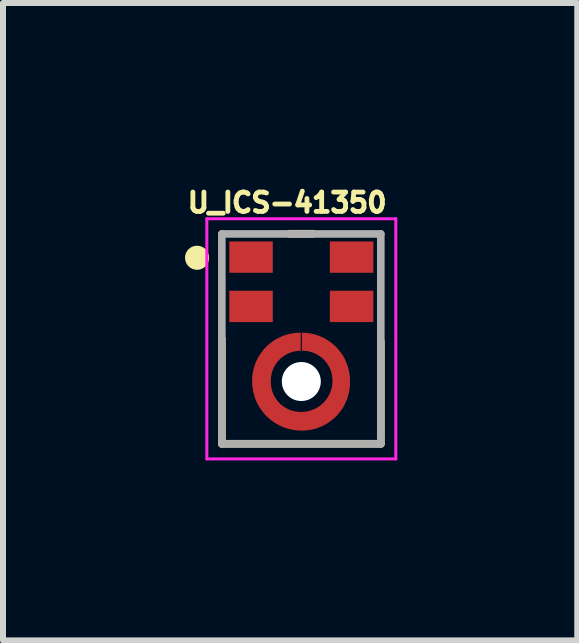
<source format=kicad_pcb>
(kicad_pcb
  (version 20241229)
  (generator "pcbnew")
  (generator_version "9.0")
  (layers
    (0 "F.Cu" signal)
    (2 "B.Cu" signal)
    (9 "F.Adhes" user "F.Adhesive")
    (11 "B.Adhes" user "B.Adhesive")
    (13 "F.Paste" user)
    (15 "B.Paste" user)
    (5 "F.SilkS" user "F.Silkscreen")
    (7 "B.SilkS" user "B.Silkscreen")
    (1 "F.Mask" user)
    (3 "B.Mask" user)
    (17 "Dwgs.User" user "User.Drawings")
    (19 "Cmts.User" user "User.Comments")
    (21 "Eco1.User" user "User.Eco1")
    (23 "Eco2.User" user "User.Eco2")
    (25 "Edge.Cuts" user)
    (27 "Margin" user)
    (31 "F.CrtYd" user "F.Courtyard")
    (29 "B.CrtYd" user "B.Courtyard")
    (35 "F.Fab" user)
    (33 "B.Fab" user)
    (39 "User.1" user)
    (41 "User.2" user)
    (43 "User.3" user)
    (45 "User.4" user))
  (footprint "U_ICS-41350"
    (layer "F.Cu")
    (at 1.973 2.597)
    (property "Reference" "U_ICS-41350" (at -0.236 -2.268 0) (layer "F.SilkS") (effects (font (size 0.322 0.322) (thickness 0.15))))
    (attr smd)
    (fp_circle (center 0 0.713) (end 0.662 0.713) (stroke (width 0.5) (type solid)) (fill no) (layer "F.Mask"))
    (fp_line (start -1.325 1.75) (end -1.325 0) (stroke (width 0.127) (type solid)) (layer "F.SilkS"))
    (fp_line (start -1.325 1.75) (end 1.325 1.75) (stroke (width 0.127) (type solid)) (layer "F.SilkS"))
    (fp_line (start 0.2 -1.75) (end -0.2 -1.75) (stroke (width 0.127) (type solid)) (layer "F.SilkS"))
    (fp_line (start 1.325 1.75) (end 1.325 0.05) (stroke (width 0.127) (type solid)) (layer "F.SilkS"))
    (fp_circle (center -1.738 -1.35) (end -1.637 -1.35) (stroke (width 0.2) (type solid)) (fill no) (layer "F.SilkS"))
    (fp_poly (pts (xy -0.525 -1.572) (xy -0.525 -1.15) (xy -1.15 -1.15) (xy -1.15 -1.572)) (stroke (width 0.001) (type solid)) (fill yes) (layer "F.Paste"))
    (fp_poly (pts (xy -0.525 -0.75) (xy -0.525 -0.328) (xy -1.15 -0.328) (xy -1.15 -0.75)) (stroke (width 0.001) (type solid)) (fill yes) (layer "F.Paste"))
    (fp_poly (pts (xy 1.15 -1.572) (xy 1.15 -1.15) (xy 0.525 -1.15) (xy 0.525 -1.572)) (stroke (width 0.001) (type solid)) (fill yes) (layer "F.Paste"))
    (fp_poly (pts (xy 1.15 -0.75) (xy 1.15 -0.328) (xy 0.525 -0.328) (xy 0.525 -0.75)) (stroke (width 0.001) (type solid)) (fill yes) (layer "F.Paste"))
    (fp_poly (pts (xy -0.56 0.663) (xy -0.557 0.64) (xy -0.553 0.614) (xy -0.548 0.588) (xy -0.541 0.562) (xy -0.534 0.537) (xy -0.525 0.513) (xy -0.515 0.488) (xy -0.504 0.465) (xy -0.492 0.441) (xy -0.478 0.419) (xy -0.464 0.397) (xy -0.449 0.375) (xy -0.432 0.355) (xy -0.415 0.335) (xy -0.397 0.316) (xy -0.378 0.298) (xy -0.358 0.281) (xy -0.338 0.264) (xy -0.316 0.249) (xy -0.294 0.235) (xy -0.272 0.221) (xy -0.248 0.209) (xy -0.225 0.198) (xy -0.2 0.188) (xy -0.176 0.179) (xy -0.151 0.172) (xy -0.125 0.165) (xy -0.099 0.16) (xy -0.073 0.156) (xy -0.05 0.153) (xy -0.05 -0.097) (xy -0.089 -0.094) (xy -0.127 -0.089) (xy -0.166 -0.082) (xy -0.204 -0.074) (xy -0.242 -0.063) (xy -0.28 -0.051) (xy -0.316 -0.036) (xy -0.352 -0.02) (xy -0.387 -0.003) (xy -0.421 0.017) (xy -0.454 0.038) (xy -0.487 0.06) (xy -0.518 0.085) (xy -0.547 0.11) (xy -0.576 0.137) (xy -0.603 0.166) (xy -0.628 0.195) (xy -0.653 0.226) (xy -0.675 0.259) (xy -0.696 0.292) (xy -0.716 0.326) (xy -0.733 0.361) (xy -0.749 0.397) (xy -0.764 0.433) (xy -0.776 0.471) (xy -0.787 0.509) (xy -0.795 0.547) (xy -0.802 0.586) (xy -0.807 0.624) (xy -0.81 0.663) (xy -0.56 0.663)) (stroke (width 0.001) (type solid)) (fill yes) (layer "F.Paste"))
    (fp_poly (pts (xy -0.05 1.273) (xy -0.073 1.27) (xy -0.099 1.266) (xy -0.125 1.261) (xy -0.151 1.254) (xy -0.176 1.247) (xy -0.2 1.238) (xy -0.225 1.228) (xy -0.248 1.217) (xy -0.272 1.205) (xy -0.294 1.191) (xy -0.316 1.177) (xy -0.338 1.162) (xy -0.358 1.145) (xy -0.378 1.128) (xy -0.397 1.11) (xy -0.415 1.091) (xy -0.432 1.071) (xy -0.449 1.051) (xy -0.464 1.029) (xy -0.478 1.007) (xy -0.492 0.985) (xy -0.504 0.961) (xy -0.515 0.938) (xy -0.525 0.913) (xy -0.534 0.889) (xy -0.541 0.864) (xy -0.548 0.838) (xy -0.553 0.812) (xy -0.557 0.786) (xy -0.56 0.763) (xy -0.81 0.763) (xy -0.807 0.802) (xy -0.802 0.84) (xy -0.795 0.879) (xy -0.787 0.917) (xy -0.776 0.955) (xy -0.764 0.993) (xy -0.749 1.029) (xy -0.733 1.065) (xy -0.716 1.1) (xy -0.696 1.134) (xy -0.675 1.167) (xy -0.653 1.2) (xy -0.628 1.231) (xy -0.603 1.26) (xy -0.576 1.289) (xy -0.547 1.316) (xy -0.518 1.341) (xy -0.487 1.366) (xy -0.454 1.388) (xy -0.421 1.409) (xy -0.387 1.429) (xy -0.352 1.446) (xy -0.316 1.462) (xy -0.28 1.477) (xy -0.242 1.489) (xy -0.204 1.5) (xy -0.166 1.508) (xy -0.127 1.515) (xy -0.089 1.52) (xy -0.05 1.523) (xy -0.05 1.273)) (stroke (width 0.001) (type solid)) (fill yes) (layer "F.Paste"))
    (fp_poly (pts (xy 0.05 0.153) (xy 0.073 0.156) (xy 0.099 0.16) (xy 0.125 0.165) (xy 0.151 0.172) (xy 0.176 0.179) (xy 0.2 0.188) (xy 0.225 0.198) (xy 0.248 0.209) (xy 0.272 0.221) (xy 0.294 0.235) (xy 0.316 0.249) (xy 0.338 0.264) (xy 0.358 0.281) (xy 0.378 0.298) (xy 0.397 0.316) (xy 0.415 0.335) (xy 0.432 0.355) (xy 0.449 0.375) (xy 0.464 0.397) (xy 0.478 0.419) (xy 0.492 0.441) (xy 0.504 0.465) (xy 0.515 0.488) (xy 0.525 0.513) (xy 0.534 0.537) (xy 0.541 0.562) (xy 0.548 0.588) (xy 0.553 0.614) (xy 0.557 0.64) (xy 0.56 0.663) (xy 0.81 0.663) (xy 0.807 0.624) (xy 0.802 0.586) (xy 0.795 0.547) (xy 0.787 0.509) (xy 0.776 0.471) (xy 0.764 0.433) (xy 0.749 0.397) (xy 0.733 0.361) (xy 0.716 0.326) (xy 0.696 0.292) (xy 0.675 0.259) (xy 0.653 0.226) (xy 0.628 0.195) (xy 0.603 0.166) (xy 0.576 0.137) (xy 0.547 0.11) (xy 0.518 0.085) (xy 0.487 0.06) (xy 0.454 0.038) (xy 0.421 0.017) (xy 0.387 -0.003) (xy 0.352 -0.02) (xy 0.316 -0.036) (xy 0.28 -0.051) (xy 0.242 -0.063) (xy 0.204 -0.074) (xy 0.166 -0.082) (xy 0.127 -0.089) (xy 0.089 -0.094) (xy 0.05 -0.097) (xy 0.05 0.153)) (stroke (width 0.001) (type solid)) (fill yes) (layer "F.Paste"))
    (fp_poly (pts (xy 0.56 0.763) (xy 0.557 0.786) (xy 0.553 0.812) (xy 0.548 0.838) (xy 0.541 0.864) (xy 0.534 0.889) (xy 0.525 0.913) (xy 0.515 0.938) (xy 0.504 0.961) (xy 0.492 0.985) (xy 0.478 1.007) (xy 0.464 1.029) (xy 0.449 1.051) (xy 0.432 1.071) (xy 0.415 1.091) (xy 0.397 1.11) (xy 0.378 1.128) (xy 0.358 1.145) (xy 0.338 1.162) (xy 0.316 1.177) (xy 0.294 1.191) (xy 0.272 1.205) (xy 0.248 1.217) (xy 0.225 1.228) (xy 0.2 1.238) (xy 0.176 1.247) (xy 0.151 1.254) (xy 0.125 1.261) (xy 0.099 1.266) (xy 0.073 1.27) (xy 0.05 1.273) (xy 0.05 1.523) (xy 0.089 1.52) (xy 0.127 1.515) (xy 0.166 1.508) (xy 0.204 1.5) (xy 0.242 1.489) (xy 0.28 1.477) (xy 0.316 1.462) (xy 0.352 1.446) (xy 0.387 1.429) (xy 0.421 1.409) (xy 0.454 1.388) (xy 0.487 1.366) (xy 0.518 1.341) (xy 0.547 1.316) (xy 0.576 1.289) (xy 0.603 1.26) (xy 0.628 1.231) (xy 0.653 1.2) (xy 0.675 1.167) (xy 0.696 1.134) (xy 0.716 1.1) (xy 0.733 1.065) (xy 0.749 1.029) (xy 0.764 0.993) (xy 0.776 0.955) (xy 0.787 0.917) (xy 0.795 0.879) (xy 0.802 0.84) (xy 0.807 0.802) (xy 0.81 0.763) (xy 0.56 0.763)) (stroke (width 0.001) (type solid)) (fill yes) (layer "F.Paste"))
    (fp_line (start -1.575 -2) (end 1.575 -2) (stroke (width 0.05) (type solid)) (layer "F.CrtYd"))
    (fp_line (start -1.575 2.003) (end -1.575 -2) (stroke (width 0.05) (type solid)) (layer "F.CrtYd"))
    (fp_line (start 1.575 -2) (end 1.575 2.003) (stroke (width 0.05) (type solid)) (layer "F.CrtYd"))
    (fp_line (start 1.575 2.003) (end -1.575 2.003) (stroke (width 0.05) (type solid)) (layer "F.CrtYd"))
    (fp_line (start -1.325 -1.747) (end 1.325 -1.747) (stroke (width 0.127) (type solid)) (layer "F.Fab"))
    (fp_line (start -1.325 1.753) (end -1.325 -1.747) (stroke (width 0.127) (type solid)) (layer "F.Fab"))
    (fp_line (start 1.325 -1.747) (end 1.325 1.753) (stroke (width 0.127) (type solid)) (layer "F.Fab"))
    (fp_line (start 1.325 1.753) (end -1.325 1.753) (stroke (width 0.127) (type solid)) (layer "F.Fab"))
    (pad "" np_thru_hole circle (at 0 0.713) (size 0.65 0.65) (drill 0.65) (layers "*.Cu" "*.Mask"))
    (pad "1" smd rect (at -0.838 -1.361) (size 0.725 0.522) (layers "F.Cu" "F.Mask"))
    (pad "2" smd rect (at -0.838 -0.539) (size 0.725 0.522) (layers "F.Cu" "F.Mask"))
    (pad "3" smd custom (at -0.015 1.383) (size 0.2 0.2) (layers "F.Cu") (options (anchor rect)) (primitives (gr_poly (pts (xy 0.005 -1.183) (xy 0.005 -1.483) (xy -0.004 -1.483) (xy -0.046 -1.482) (xy -0.088 -1.479) (xy -0.13 -1.473) (xy -0.171 -1.466) (xy -0.211 -1.456) (xy -0.252 -1.444) (xy -0.291 -1.43) (xy -0.33 -1.414) (xy -0.367 -1.396) (xy -0.405 -1.376) (xy -0.441 -1.354) (xy -0.474 -1.33) (xy -0.507 -1.305) (xy -0.539 -1.278) (xy -0.571 -1.249) (xy -0.6 -1.218) (xy -0.626 -1.186) (xy -0.651 -1.153) (xy -0.675 -1.119) (xy -0.698 -1.083) (xy -0.718 -1.046) (xy -0.736 -1.008) (xy -0.751 -0.97) (xy -0.765 -0.93) (xy -0.777 -0.89) (xy -0.787 -0.849) (xy -0.794 -0.808) (xy -0.8 -0.767) (xy -0.803 -0.725) (xy -0.804 -0.683) (xy -0.804 -0.673) (xy -0.803 -0.63) (xy -0.8 -0.587) (xy -0.794 -0.545) (xy -0.786 -0.503) (xy -0.776 -0.461) (xy -0.764 -0.42) (xy -0.75 -0.379) (xy -0.734 -0.339) (xy -0.716 -0.301) (xy -0.695 -0.263) (xy -0.672 -0.226) (xy -0.647 -0.191) (xy -0.622 -0.157) (xy -0.594 -0.124) (xy -0.565 -0.093) (xy -0.533 -0.064) (xy -0.5 -0.036) (xy -0.467 -0.01) (xy -0.431 0.015) (xy -0.395 0.037) (xy -0.356 0.058) (xy -0.319 0.076) (xy -0.279 0.093) (xy -0.237 0.107) (xy -0.197 0.119) (xy -0.154 0.129) (xy -0.113 0.137) (xy -0.07 0.143) (xy -0.028 0.146) (xy 0.015 0.147) (xy 0.025 0.147) (xy 0.068 0.146) (xy 0.11 0.143) (xy 0.15 0.137) (xy 0.192 0.13) (xy 0.233 0.12) (xy 0.273 0.108) (xy 0.312 0.094) (xy 0.35 0.078) (xy 0.389 0.06) (xy 0.425 0.04) (xy 0.462 0.018) (xy 0.495 -0.006) (xy 0.528 -0.031) (xy 0.56 -0.058) (xy 0.592 -0.087) (xy 0.621 -0.118) (xy 0.647 -0.15) (xy 0.672 -0.183) (xy 0.697 -0.217) (xy 0.719 -0.253) (xy 0.739 -0.29) (xy 0.756 -0.328) (xy 0.772 -0.366) (xy 0.786 -0.406) (xy 0.798 -0.446) (xy 0.808 -0.487) (xy 0.816 -0.528) (xy 0.822 -0.569) (xy 0.825 -0.611) (xy 0.826 -0.653) (xy 0.826 -0.683) (xy 0.825 -0.725) (xy 0.822 -0.767) (xy 0.816 -0.808) (xy 0.808 -0.849) (xy 0.798 -0.89) (xy 0.786 -0.93) (xy 0.772 -0.97) (xy 0.756 -1.008) (xy 0.739 -1.046) (xy 0.719 -1.083) (xy 0.697 -1.119) (xy 0.672 -1.153) (xy 0.647 -1.186) (xy 0.621 -1.218) (xy 0.592 -1.249) (xy 0.56 -1.278) (xy 0.528 -1.305) (xy 0.495 -1.33) (xy 0.462 -1.354) (xy 0.425 -1.376) (xy 0.389 -1.396) (xy 0.35 -1.414) (xy 0.312 -1.43) (xy 0.273 -1.444) (xy 0.233 -1.456) (xy 0.192 -1.466) (xy 0.15 -1.473) (xy 0.11 -1.479) (xy 0.068 -1.482) (xy 0.025 -1.483) (xy 0.025 -1.183) (xy 0.035 -1.183) (xy 0.061 -1.182) (xy 0.087 -1.18) (xy 0.114 -1.177) (xy 0.14 -1.172) (xy 0.165 -1.166) (xy 0.191 -1.159) (xy 0.214 -1.15) (xy 0.238 -1.14) (xy 0.263 -1.129) (xy 0.285 -1.116) (xy 0.307 -1.102) (xy 0.33 -1.088) (xy 0.35 -1.072) (xy 0.37 -1.055) (xy 0.39 -1.037) (xy 0.407 -1.018) (xy 0.424 -0.998) (xy 0.441 -0.977) (xy 0.455 -0.955) (xy 0.469 -0.933) (xy 0.481 -0.91) (xy 0.492 -0.886) (xy 0.502 -0.862) (xy 0.511 -0.838) (xy 0.518 -0.812) (xy 0.524 -0.787) (xy 0.529 -0.761) (xy 0.532 -0.735) (xy 0.534 -0.709) (xy 0.535 -0.683) (xy 0.534 -0.656) (xy 0.532 -0.629) (xy 0.529 -0.602) (xy 0.524 -0.575) (xy 0.517 -0.548) (xy 0.51 -0.522) (xy 0.5 -0.497) (xy 0.49 -0.471) (xy 0.478 -0.447) (xy 0.466 -0.423) (xy 0.452 -0.4) (xy 0.436 -0.377) (xy 0.419 -0.356) (xy 0.402 -0.335) (xy 0.384 -0.315) (xy 0.363 -0.297) (xy 0.343 -0.279) (xy 0.322 -0.262) (xy 0.298 -0.247) (xy 0.276 -0.233) (xy 0.252 -0.22) (xy 0.228 -0.208) (xy 0.202 -0.198) (xy 0.176 -0.188) (xy 0.15 -0.181) (xy 0.123 -0.174) (xy 0.097 -0.169) (xy 0.07 -0.166) (xy 0.043 -0.164) (xy 0.015 -0.163) (xy 0.005 -0.163) (xy -0.021 -0.164) (xy -0.046 -0.166) (xy -0.072 -0.169) (xy -0.099 -0.174) (xy -0.123 -0.18) (xy -0.149 -0.187) (xy -0.173 -0.196) (xy -0.198 -0.206) (xy -0.222 -0.217) (xy -0.244 -0.23) (xy -0.267 -0.244) (xy -0.288 -0.258) (xy -0.309 -0.274) (xy -0.33 -0.291) (xy -0.348 -0.309) (xy -0.366 -0.328) (xy -0.384 -0.348) (xy -0.4 -0.369) (xy -0.413 -0.391) (xy -0.427 -0.413) (xy -0.441 -0.436) (xy -0.452 -0.46) (xy -0.462 -0.484) (xy -0.47 -0.508) (xy -0.477 -0.534) (xy -0.483 -0.559) (xy -0.488 -0.585) (xy -0.491 -0.611) (xy -0.493 -0.637) (xy -0.494 -0.663) (xy -0.494 -0.683) (xy -0.493 -0.709) (xy -0.491 -0.735) (xy -0.488 -0.761) (xy -0.483 -0.787) (xy -0.477 -0.812) (xy -0.47 -0.838) (xy -0.462 -0.862) (xy -0.452 -0.886) (xy -0.441 -0.91) (xy -0.427 -0.933) (xy -0.413 -0.955) (xy -0.4 -0.977) (xy -0.384 -0.998) (xy -0.366 -1.018) (xy -0.348 -1.037) (xy -0.33 -1.055) (xy -0.309 -1.072) (xy -0.288 -1.088) (xy -0.267 -1.102) (xy -0.244 -1.116) (xy -0.222 -1.129) (xy -0.198 -1.14) (xy -0.173 -1.15) (xy -0.149 -1.159) (xy -0.123 -1.166) (xy -0.099 -1.172) (xy -0.072 -1.177) (xy -0.046 -1.18) (xy -0.021 -1.182) (xy 0.005 -1.183)) (width 0.001) (fill yes))))
    (pad "4" smd rect (at 0.838 -0.539) (size 0.725 0.522) (layers "F.Cu" "F.Mask"))
    (pad "5" smd rect (at 0.838 -1.361) (size 0.725 0.522) (layers "F.Cu" "F.Mask")))
  (gr_rect
    (start -3 -3)
    (end 6.573 7.625)
    (stroke (width 0.1) (type default))
    (fill no)
    (layer "Edge.Cuts")))
</source>
